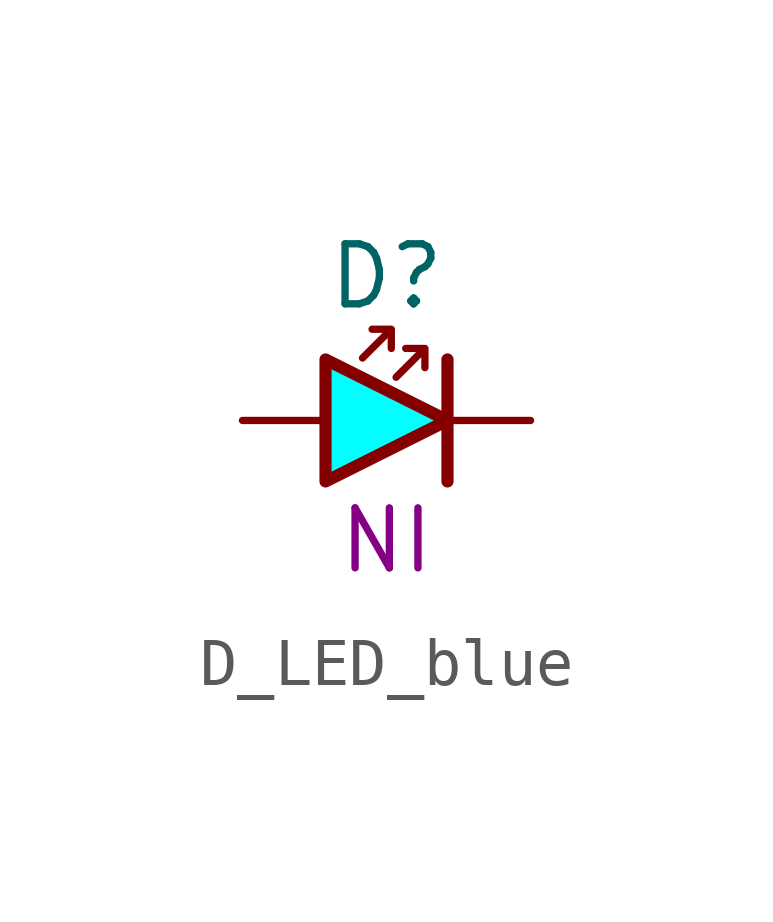
<source format=kicad_sym>
(kicad_symbol_lib
  (version 20241209)
  (generator "kicad_symbol_editor")
  (generator_version "9.0")
  (symbol "D_LED_blue"
    (pin_numbers
      (hide yes))
    (pin_names
      (offset 0)
      (hide yes))
    (property "Reference" "D"
      (at 3 3 0)
      (do_not_autoplace)
      (effects (font (size 1.25 1.25))))
    (property "Part#" "NI"
      (at 3 -2.5 0)
      (do_not_autoplace)
      (effects (font (size 1.25 1.25))))
    (symbol "D_LED_blue_0_1"
      (polyline (pts (xy 2.5 1.3) (xy 3.1 1.9) (xy 2.7 1.9) (xy 3.1 1.9) (xy 3.1 1.5)) (stroke (width 0) (type default)) (fill (type none)))
      (polyline (pts (xy 3.2 0.9) (xy 3.8 1.5) (xy 3.4 1.5) (xy 3.8 1.5) (xy 3.8 1.1)) (stroke (width 0) (type default)) (fill (type none)))
      (polyline (pts (xy 4.27 1.27) (xy 4.27 -1.27)) (stroke (width 0.254) (type default)) (fill (type none))))
    (symbol "D_LED_blue_1_1"
      (polyline (pts (xy 1.73 1.27) (xy 1.73 -1.27) (xy 4.27 0) (xy 1.73 1.27)) (stroke (width 0.254) (type default)) (fill (type color) (color 0 255 255 1)))
      (pin passive line (at 0 0 0) (length 1.7) (name "A" (effects (font (size 1.25 1.25)))) (number "A" (effects (font (size 1.25 1.25)))))
      (pin passive line (at 6 0 180) (length 1.7) (name "K" (effects (font (size 1.25 1.25)))) (number "K" (effects (font (size 1.25 1.25))))))))
</source>
